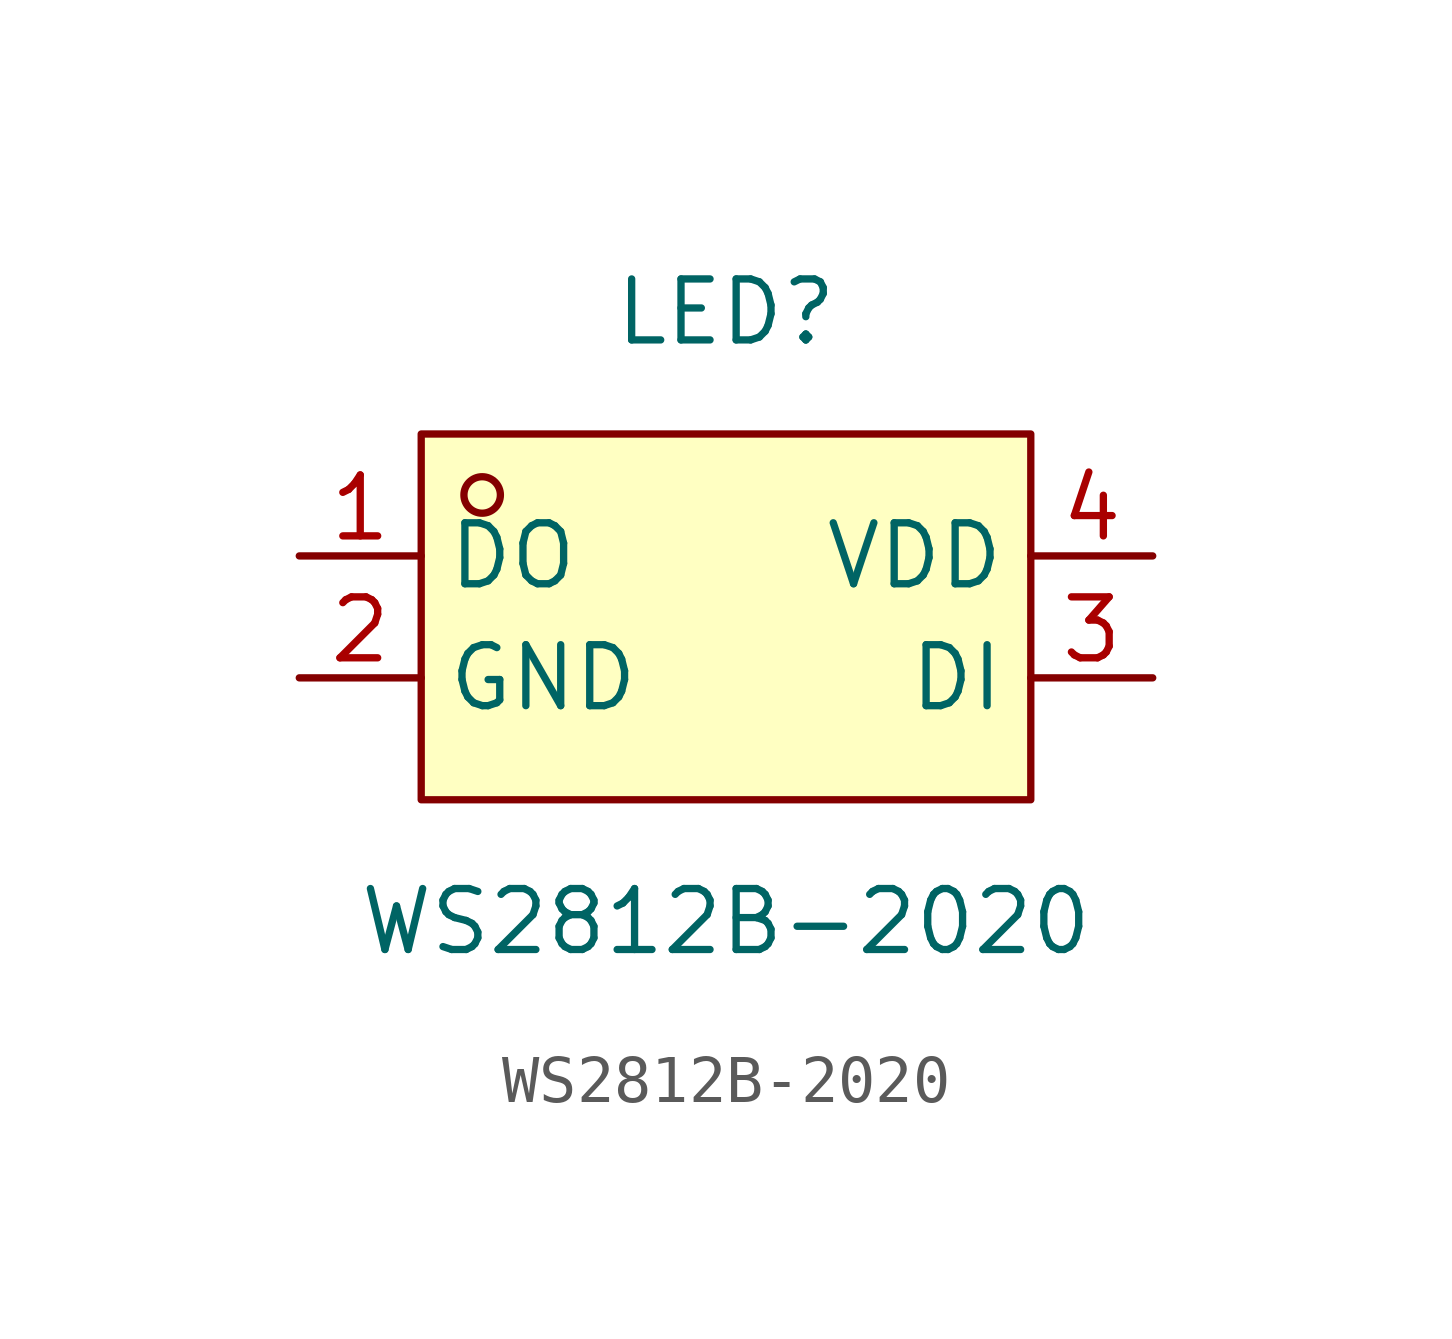
<source format=kicad_sym>
(kicad_symbol_lib
  (version 20211014)
  (generator https://github.com/uPesy/easyeda2kicad.py)
  (symbol "WS2812B-2020"
    (property "Reference" "LED"
      (at 0 6.35 0)
      (effects (font (size 1.27 1.27))))
    (property "Value" "WS2812B-2020"
      (at 0 -6.35 0)
      (effects (font (size 1.27 1.27))))
    (symbol "WS2812B-2020_0_1"
      (rectangle (start -6.35 3.81) (end 6.35 -3.81) (stroke (width 0) (type default) (color 0 0 0 0)) (fill (type background)))
      (circle (center -5.08 2.54) (radius 0.38) (stroke (width 0) (type default) (color 0 0 0 0)) (fill (type none)))
      (pin unspecified line (at -8.89 1.27 0) (length 2.54) (name "DO" (effects (font (size 1.27 1.27)))) (number "1" (effects (font (size 1.27 1.27)))))
      (pin unspecified line (at -8.89 -1.27 0) (length 2.54) (name "GND" (effects (font (size 1.27 1.27)))) (number "2" (effects (font (size 1.27 1.27)))))
      (pin unspecified line (at 8.89 -1.27 180) (length 2.54) (name "DI" (effects (font (size 1.27 1.27)))) (number "3" (effects (font (size 1.27 1.27)))))
      (pin unspecified line (at 8.89 1.27 180) (length 2.54) (name "VDD" (effects (font (size 1.27 1.27)))) (number "4" (effects (font (size 1.27 1.27))))))))
</source>
